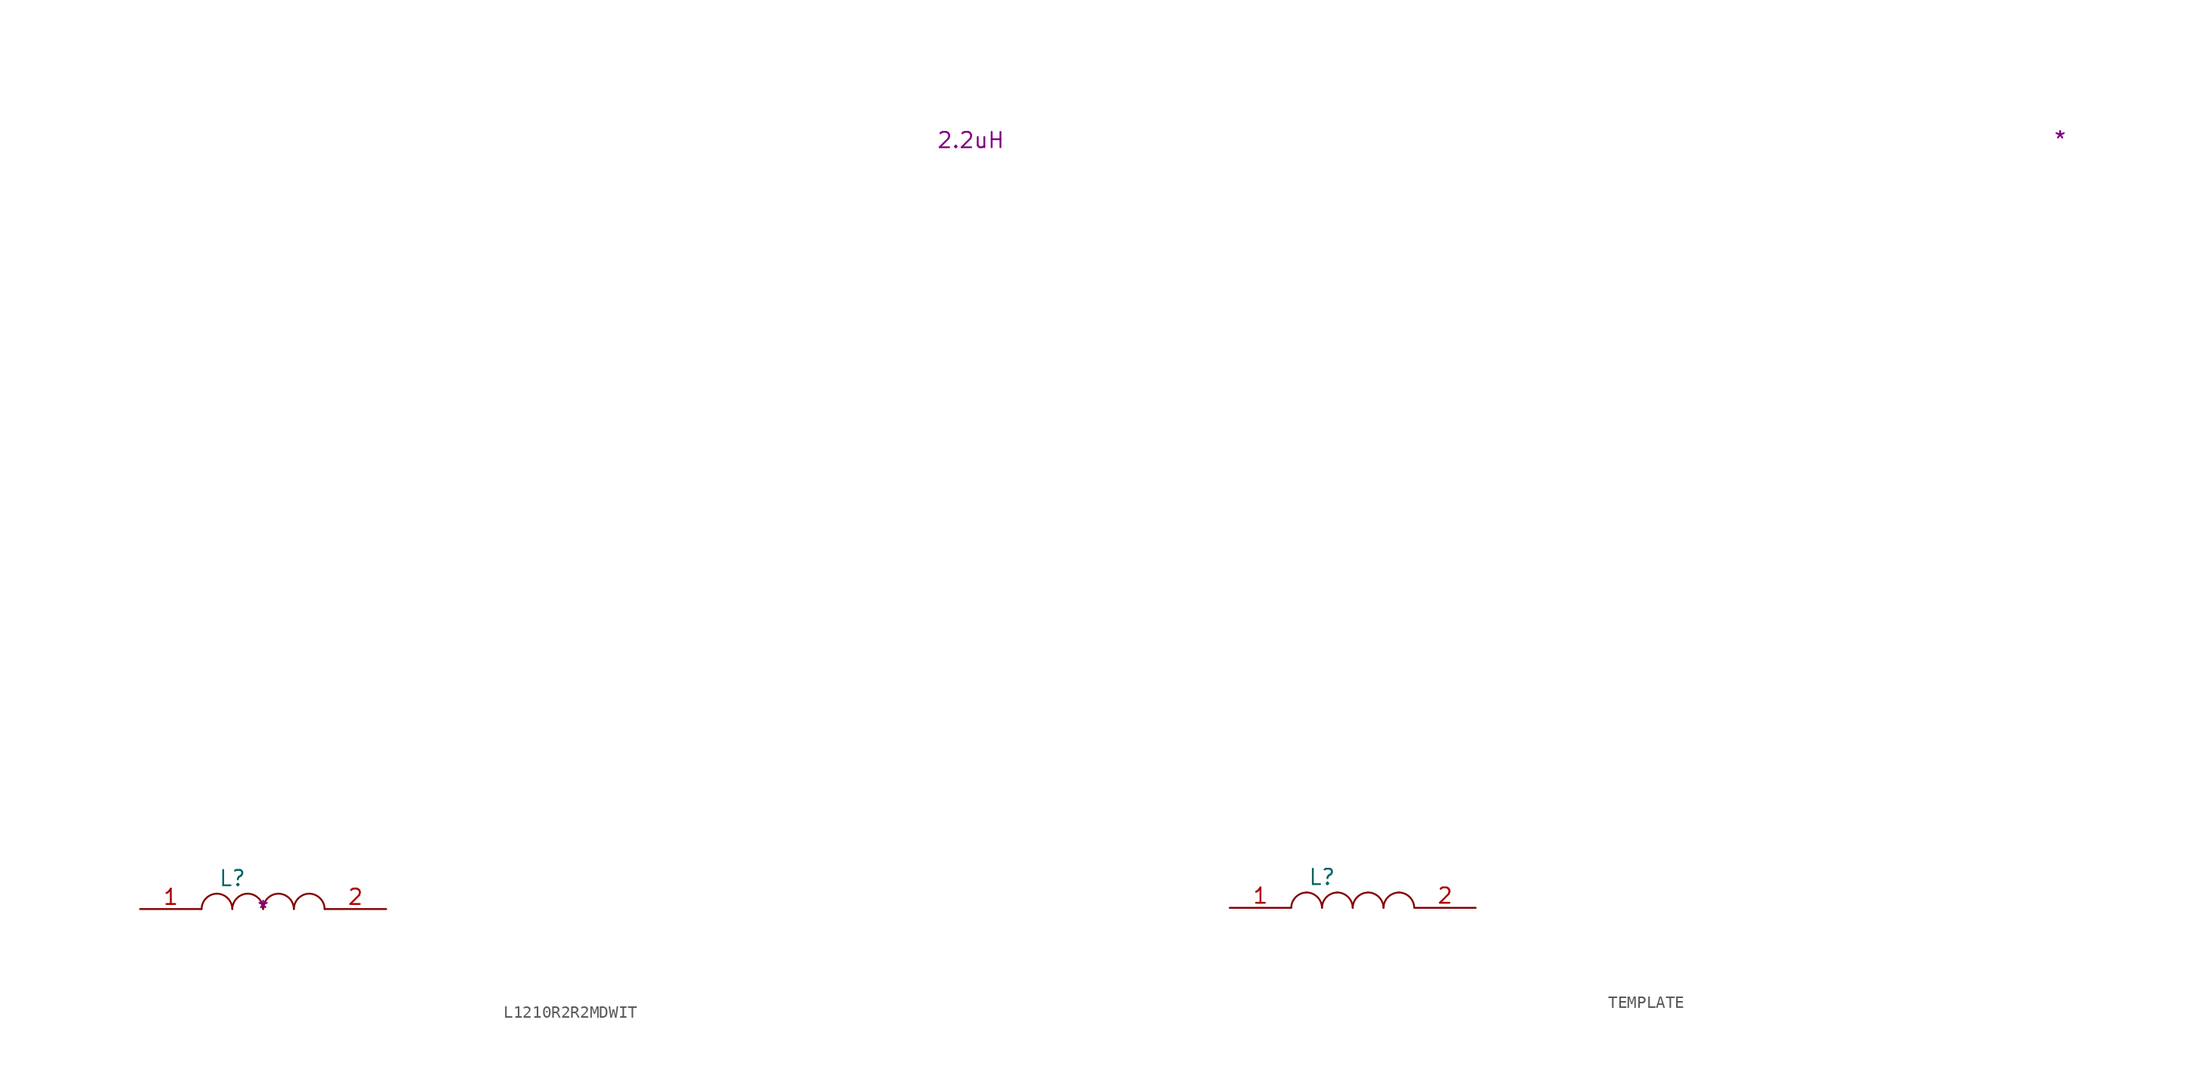
<source format=kicad_sym>
(kicad_symbol_lib
  (version 20241209)
  (generator "kicad_symbol_editor")
  (generator_version "9.0")
  (symbol "L1210R2R2MDWIT"
    (pin_names
      (offset 1.016))
    (property "Reference" "L"
      (at -2.54 2.54 0)
      (effects (font (size 1.27 1.27))))
    (property "_Value_" "2.2uH"
      (at 58.42 63.5 0)
      (effects (font (size 1.27 1.27))))
    (property "Description_1" "*"
      (at 0 0 0)
      (effects (font (size 1.27 1.27))))
    (symbol "L1210R2R2MDWIT_1_1"
      (arc (start -5.08 0) (mid -4.7066 0.8888) (end -3.81 1.27) (stroke (width 0) (type solid)) (fill (type none)))
      (arc (start -3.81 1.27) (mid -2.9212 0.8966) (end -2.54 0) (stroke (width 0) (type solid)) (fill (type none)))
      (arc (start -2.54 0) (mid -2.1666 0.8888) (end -1.27 1.27) (stroke (width 0) (type solid)) (fill (type none)))
      (arc (start -1.27 1.27) (mid -0.3812 0.8966) (end 0 0) (stroke (width 0) (type solid)) (fill (type none)))
      (arc (start 0 0) (mid 0.3734 0.8888) (end 1.27 1.27) (stroke (width 0) (type solid)) (fill (type none)))
      (arc (start 1.27 1.27) (mid 2.1588 0.8966) (end 2.54 0) (stroke (width 0) (type solid)) (fill (type none)))
      (arc (start 2.54 0) (mid 2.9134 0.8888) (end 3.81 1.27) (stroke (width 0) (type solid)) (fill (type none)))
      (arc (start 3.81 1.27) (mid 4.6988 0.8966) (end 5.08 0) (stroke (width 0) (type solid)) (fill (type none)))
      (pin input line (at -10.16 0 0) (length 5.08) (name "~" (effects (font (size 1.27 1.27)))) (number "1" (effects (font (size 1.27 1.27)))))
      (pin input line (at 10.16 0 180) (length 5.08) (name "~" (effects (font (size 1.27 1.27)))) (number "2" (effects (font (size 1.27 1.27)))))))
  (symbol "TEMPLATE"
    (pin_names
      (offset 1.016))
    (property "Reference" "L"
      (at -2.54 2.54 0)
      (effects (font (size 1.27 1.27))))
    (property "_Value_" "*"
      (at 58.42 63.5 0)
      (effects (font (size 1.27 1.27))))
    (symbol "TEMPLATE_1_1"
      (arc (start -5.08 0) (mid -4.7066 0.8888) (end -3.81 1.27) (stroke (width 0) (type solid)) (fill (type none)))
      (arc (start -3.81 1.27) (mid -2.9212 0.8966) (end -2.54 0) (stroke (width 0) (type solid)) (fill (type none)))
      (arc (start -2.54 0) (mid -2.1666 0.8888) (end -1.27 1.27) (stroke (width 0) (type solid)) (fill (type none)))
      (arc (start -1.27 1.27) (mid -0.3812 0.8966) (end 0 0) (stroke (width 0) (type solid)) (fill (type none)))
      (arc (start 0 0) (mid 0.3734 0.8888) (end 1.27 1.27) (stroke (width 0) (type solid)) (fill (type none)))
      (arc (start 1.27 1.27) (mid 2.1588 0.8966) (end 2.54 0) (stroke (width 0) (type solid)) (fill (type none)))
      (arc (start 2.54 0) (mid 2.9134 0.8888) (end 3.81 1.27) (stroke (width 0) (type solid)) (fill (type none)))
      (arc (start 3.81 1.27) (mid 4.6988 0.8966) (end 5.08 0) (stroke (width 0) (type solid)) (fill (type none)))
      (pin input line (at -10.16 0 0) (length 5.08) (name "~" (effects (font (size 1.27 1.27)))) (number "1" (effects (font (size 1.27 1.27)))))
      (pin input line (at 10.16 0 180) (length 5.08) (name "~" (effects (font (size 1.27 1.27)))) (number "2" (effects (font (size 1.27 1.27))))))))
</source>
